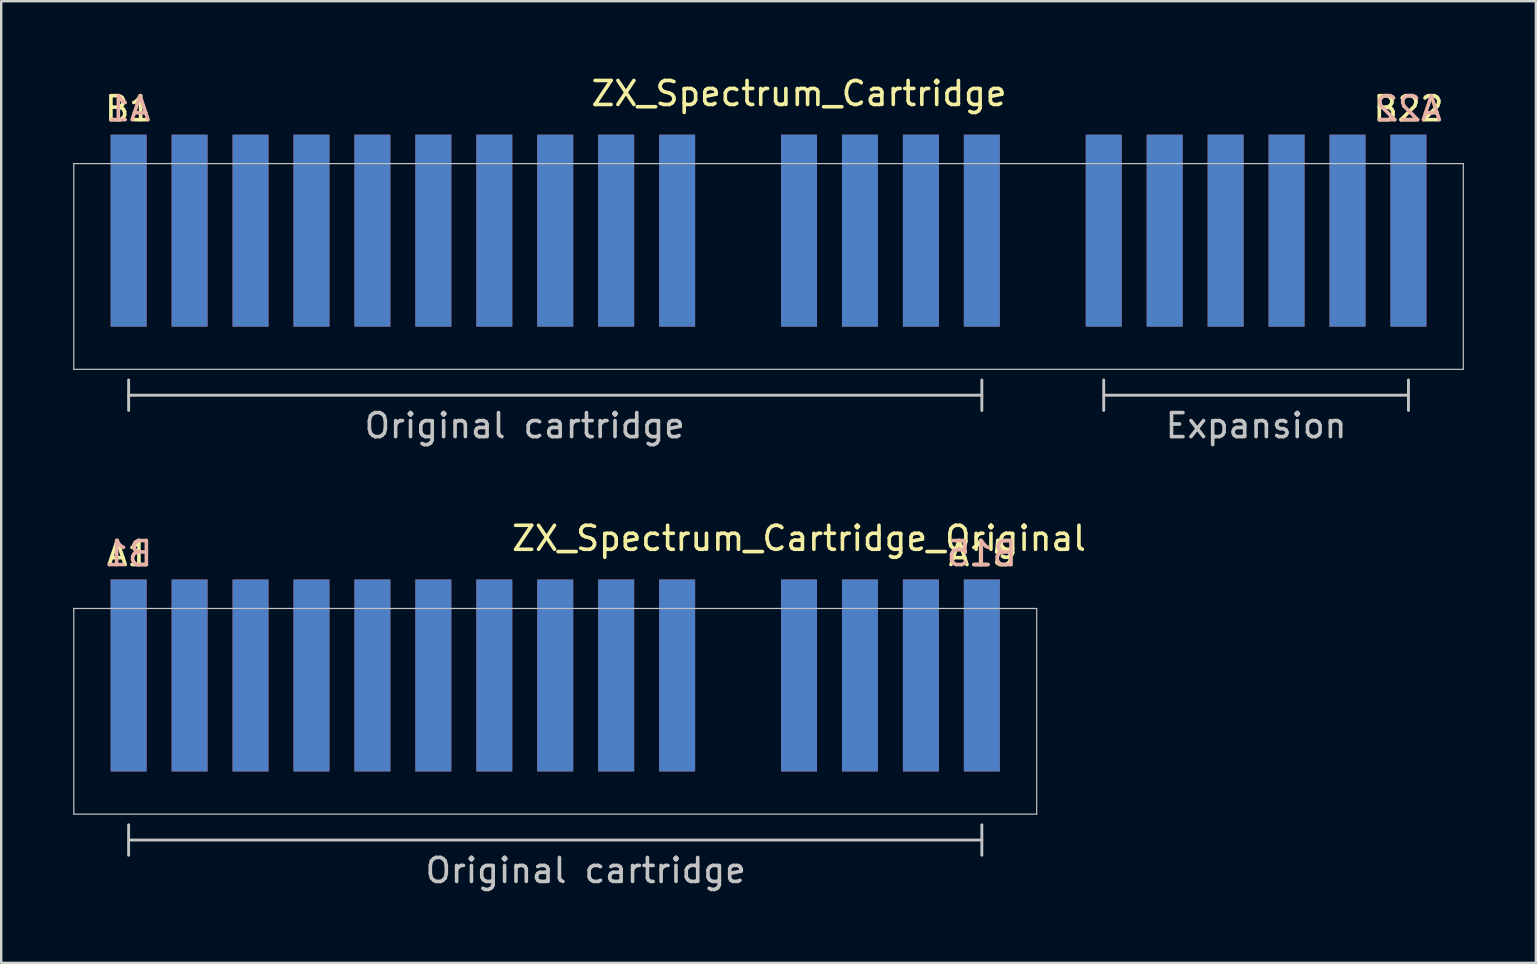
<source format=kicad_pcb>
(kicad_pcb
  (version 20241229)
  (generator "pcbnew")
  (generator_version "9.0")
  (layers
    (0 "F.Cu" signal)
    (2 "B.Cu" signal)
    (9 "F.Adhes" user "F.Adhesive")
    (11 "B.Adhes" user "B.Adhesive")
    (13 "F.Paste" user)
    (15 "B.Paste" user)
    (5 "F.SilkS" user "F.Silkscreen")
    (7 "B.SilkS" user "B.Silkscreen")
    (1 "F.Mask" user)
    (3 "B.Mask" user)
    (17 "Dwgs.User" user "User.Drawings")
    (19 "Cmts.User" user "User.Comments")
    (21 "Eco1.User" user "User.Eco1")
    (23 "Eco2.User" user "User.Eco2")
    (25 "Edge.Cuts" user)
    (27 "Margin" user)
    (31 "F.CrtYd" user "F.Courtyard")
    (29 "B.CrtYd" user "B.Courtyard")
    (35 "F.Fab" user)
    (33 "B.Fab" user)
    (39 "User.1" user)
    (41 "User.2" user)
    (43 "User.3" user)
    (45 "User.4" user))
  (footprint "ZX_Spectrum_Cartridge_Original"
    (layer "F.Cu")
    (at 30.251 25.103)
    (property "Reference" "ZX_Spectrum_Cartridge_Original" (at 0 -5.715 0) (layer "F.SilkS") (effects (font (size 1 1) (thickness 0.15))))
    (attr through_hole)
    (fp_line (start -30.226 -2.794) (end 9.906 -2.794) (stroke (width 0.05) (type solid)) (layer "Dwgs.User"))
    (fp_line (start -30.226 5.779) (end -30.226 -2.794) (stroke (width 0.05) (type solid)) (layer "Dwgs.User"))
    (fp_line (start -30.226 5.779) (end 9.906 5.779) (stroke (width 0.05) (type solid)) (layer "Dwgs.User"))
    (fp_line (start -27.94 6.223) (end -27.94 7.493) (stroke (width 0.12) (type solid)) (layer "Dwgs.User"))
    (fp_line (start 7.62 6.223) (end 7.62 7.493) (stroke (width 0.12) (type solid)) (layer "Dwgs.User"))
    (fp_line (start 7.62 6.858) (end -27.94 6.858) (stroke (width 0.12) (type solid)) (layer "Dwgs.User"))
    (fp_line (start 9.906 -2.794) (end 9.906 5.779) (stroke (width 0.05) (type solid)) (layer "Dwgs.User"))
    (fp_text user "A15" (at 7.62 -5.08 0) (layer "F.SilkS") (effects (font (size 1 1) (thickness 0.15))))
    (fp_text user "A1" (at -27.94 -5.08 0) (layer "F.SilkS") (effects (font (size 1 1) (thickness 0.15))))
    (fp_text user "B15" (at 7.62 -5.08 0) (layer "B.SilkS") (effects (font (size 1 1) (thickness 0.15)) (justify mirror)))
    (fp_text user "B1" (at -27.94 -5.08 0) (layer "B.SilkS") (effects (font (size 1 1) (thickness 0.15)) (justify mirror)))
    (fp_text user "Original cartridge" (at -8.89 8.128 0) (layer "Dwgs.User") (effects (font (size 1 1) (thickness 0.15))))
    (pad "A1" connect rect (at -27.94 0) (size 1.5 8) (layers "F.Cu" "B.Mask"))
    (pad "A2" connect rect (at -25.4 0) (size 1.5 8) (layers "F.Cu" "B.Mask"))
    (pad "A3" connect rect (at -22.86 0) (size 1.5 8) (layers "F.Cu" "B.Mask"))
    (pad "A4" connect rect (at -20.32 0) (size 1.5 8) (layers "F.Cu" "B.Mask"))
    (pad "A5" connect rect (at -17.78 0) (size 1.5 8) (layers "F.Cu" "B.Mask"))
    (pad "A6" connect rect (at -15.24 0) (size 1.5 8) (layers "F.Cu" "B.Mask"))
    (pad "A7" connect rect (at -12.7 0) (size 1.5 8) (layers "F.Cu" "B.Mask"))
    (pad "A8" connect rect (at -10.16 0) (size 1.5 8) (layers "F.Cu" "B.Mask"))
    (pad "A9" connect rect (at -7.62 0) (size 1.5 8) (layers "F.Cu" "B.Mask"))
    (pad "A10" connect rect (at -5.08 0) (size 1.5 8) (layers "F.Cu" "B.Mask"))
    (pad "A12" connect rect (at 0 0) (size 1.5 8) (layers "F.Cu" "B.Mask"))
    (pad "A13" connect rect (at 2.54 0) (size 1.5 8) (layers "F.Cu" "B.Mask"))
    (pad "A14" connect rect (at 5.08 0) (size 1.5 8) (layers "F.Cu" "B.Mask"))
    (pad "A15" connect rect (at 7.62 0) (size 1.5 8) (layers "F.Cu" "B.Mask"))
    (pad "B1" connect rect (at -27.94 0) (size 1.5 8) (layers "B.Cu" "B.Mask"))
    (pad "B2" connect rect (at -25.4 0) (size 1.5 8) (layers "B.Cu" "B.Mask"))
    (pad "B3" connect rect (at -22.86 0) (size 1.5 8) (layers "B.Cu" "B.Mask"))
    (pad "B4" connect rect (at -20.32 0) (size 1.5 8) (layers "B.Cu" "B.Mask"))
    (pad "B5" connect rect (at -17.78 0) (size 1.5 8) (layers "B.Cu" "B.Mask"))
    (pad "B6" connect rect (at -15.24 0) (size 1.5 8) (layers "B.Cu" "B.Mask"))
    (pad "B7" connect rect (at -12.7 0) (size 1.5 8) (layers "B.Cu" "B.Mask"))
    (pad "B8" connect rect (at -10.16 0) (size 1.5 8) (layers "B.Cu" "B.Mask"))
    (pad "B9" connect rect (at -7.62 0) (size 1.5 8) (layers "B.Cu" "B.Mask"))
    (pad "B10" connect rect (at -5.08 0) (size 1.5 8) (layers "B.Cu" "B.Mask"))
    (pad "B12" connect rect (at 0 0) (size 1.5 8) (layers "B.Cu" "B.Mask"))
    (pad "B13" connect rect (at 2.54 0) (size 1.5 8) (layers "B.Cu" "B.Mask"))
    (pad "B14" connect rect (at 5.08 0) (size 1.5 8) (layers "B.Cu" "B.Mask"))
    (pad "B15" connect rect (at 7.62 0) (size 1.5 8) (layers "B.Cu" "B.Mask")))
  (footprint "ZX_Spectrum_Cartridge"
    (layer "F.Cu")
    (at 30.251 6.563)
    (property "Reference" "ZX_Spectrum_Cartridge" (at 0 -5.715 0) (layer "F.SilkS") (effects (font (size 1 1) (thickness 0.15))))
    (attr through_hole)
    (fp_line (start -30.226 -2.794) (end 27.686 -2.794) (stroke (width 0.05) (type solid)) (layer "Dwgs.User"))
    (fp_line (start -30.226 5.779) (end -30.226 -2.794) (stroke (width 0.05) (type solid)) (layer "Dwgs.User"))
    (fp_line (start -30.226 5.779) (end 27.686 5.779) (stroke (width 0.05) (type solid)) (layer "Dwgs.User"))
    (fp_line (start -27.94 6.223) (end -27.94 7.493) (stroke (width 0.12) (type solid)) (layer "Dwgs.User"))
    (fp_line (start 7.62 6.223) (end 7.62 7.493) (stroke (width 0.12) (type solid)) (layer "Dwgs.User"))
    (fp_line (start 7.62 6.858) (end -27.94 6.858) (stroke (width 0.12) (type solid)) (layer "Dwgs.User"))
    (fp_line (start 12.7 6.223) (end 12.7 7.493) (stroke (width 0.12) (type solid)) (layer "Dwgs.User"))
    (fp_line (start 25.4 6.223) (end 25.4 7.493) (stroke (width 0.12) (type solid)) (layer "Dwgs.User"))
    (fp_line (start 25.4 6.858) (end 12.7 6.858) (stroke (width 0.12) (type solid)) (layer "Dwgs.User"))
    (fp_line (start 27.686 5.779) (end 27.686 -2.794) (stroke (width 0.05) (type solid)) (layer "Dwgs.User"))
    (fp_text user "B1" (at -27.94 -5.08 0) (layer "F.SilkS") (effects (font (size 1 1) (thickness 0.15))))
    (fp_text user "B22" (at 25.4 -5.08 0) (layer "F.SilkS") (effects (font (size 1 1) (thickness 0.15))))
    (fp_text user "A22" (at 25.4 -5.08 0) (layer "B.SilkS") (effects (font (size 1 1) (thickness 0.15)) (justify mirror)))
    (fp_text user "A1" (at -27.94 -5.08 0) (layer "B.SilkS") (effects (font (size 1 1) (thickness 0.15)) (justify mirror)))
    (fp_text user "Original cartridge" (at -11.43 8.128 0) (layer "Dwgs.User") (effects (font (size 1 1) (thickness 0.15))))
    (fp_text user "Expansion" (at 19.05 8.128 0) (layer "Dwgs.User") (effects (font (size 1 1) (thickness 0.15))))
    (pad "A1" connect rect (at -27.94 0) (size 1.5 8) (layers "F.Mask" "B.Cu"))
    (pad "A2" connect rect (at -25.4 0) (size 1.5 8) (layers "F.Mask" "B.Cu"))
    (pad "A3" connect rect (at -22.86 0) (size 1.5 8) (layers "F.Mask" "B.Cu"))
    (pad "A4" connect rect (at -20.32 0) (size 1.5 8) (layers "F.Mask" "B.Cu"))
    (pad "A5" connect rect (at -17.78 0) (size 1.5 8) (layers "F.Mask" "B.Cu"))
    (pad "A6" connect rect (at -15.24 0) (size 1.5 8) (layers "F.Mask" "B.Cu"))
    (pad "A7" connect rect (at -12.7 0) (size 1.5 8) (layers "F.Mask" "B.Cu"))
    (pad "A8" connect rect (at -10.16 0) (size 1.5 8) (layers "F.Mask" "B.Cu"))
    (pad "A9" connect rect (at -7.62 0) (size 1.5 8) (layers "F.Mask" "B.Cu"))
    (pad "A10" connect rect (at -5.08 0) (size 1.5 8) (layers "F.Mask" "B.Cu"))
    (pad "A12" connect rect (at 0 0) (size 1.5 8) (layers "F.Mask" "B.Cu"))
    (pad "A13" connect rect (at 2.54 0) (size 1.5 8) (layers "F.Mask" "B.Cu"))
    (pad "A14" connect rect (at 5.08 0) (size 1.5 8) (layers "F.Mask" "B.Cu"))
    (pad "A15" connect rect (at 7.62 0) (size 1.5 8) (layers "F.Mask" "B.Cu"))
    (pad "A17" connect rect (at 12.7 0) (size 1.5 8) (layers "F.Mask" "B.Cu"))
    (pad "A18" connect rect (at 15.24 0) (size 1.5 8) (layers "F.Mask" "B.Cu"))
    (pad "A19" connect rect (at 17.78 0) (size 1.5 8) (layers "F.Mask" "B.Cu"))
    (pad "A20" connect rect (at 20.32 0) (size 1.5 8) (layers "F.Mask" "B.Cu"))
    (pad "A21" connect rect (at 22.86 0) (size 1.5 8) (layers "F.Mask" "B.Cu"))
    (pad "A22" connect rect (at 25.4 0) (size 1.5 8) (layers "F.Mask" "B.Cu"))
    (pad "B1" connect rect (at -27.94 0) (size 1.5 8) (layers "F.Cu" "F.Mask"))
    (pad "B2" connect rect (at -25.4 0) (size 1.5 8) (layers "F.Cu" "F.Mask"))
    (pad "B3" connect rect (at -22.86 0) (size 1.5 8) (layers "F.Cu" "F.Mask"))
    (pad "B4" connect rect (at -20.32 0) (size 1.5 8) (layers "F.Cu" "F.Mask"))
    (pad "B5" connect rect (at -17.78 0) (size 1.5 8) (layers "F.Cu" "F.Mask"))
    (pad "B6" connect rect (at -15.24 0) (size 1.5 8) (layers "F.Cu" "F.Mask"))
    (pad "B7" connect rect (at -12.7 0) (size 1.5 8) (layers "F.Cu" "F.Mask"))
    (pad "B8" connect rect (at -10.16 0) (size 1.5 8) (layers "F.Cu" "F.Mask"))
    (pad "B9" connect rect (at -7.62 0) (size 1.5 8) (layers "F.Cu" "F.Mask"))
    (pad "B10" connect rect (at -5.08 0) (size 1.5 8) (layers "F.Cu" "F.Mask"))
    (pad "B12" connect rect (at 0 0) (size 1.5 8) (layers "F.Cu" "F.Mask"))
    (pad "B13" connect rect (at 2.54 0) (size 1.5 8) (layers "F.Cu" "F.Mask"))
    (pad "B14" connect rect (at 5.08 0) (size 1.5 8) (layers "F.Cu" "F.Mask"))
    (pad "B15" connect rect (at 7.62 0) (size 1.5 8) (layers "F.Cu" "F.Mask"))
    (pad "B17" connect rect (at 12.7 0) (size 1.5 8) (layers "F.Cu" "F.Mask"))
    (pad "B18" connect rect (at 15.24 0) (size 1.5 8) (layers "F.Cu" "F.Mask"))
    (pad "B19" connect rect (at 17.78 0) (size 1.5 8) (layers "F.Cu" "F.Mask"))
    (pad "B20" connect rect (at 20.32 0) (size 1.5 8) (layers "F.Cu" "F.Mask"))
    (pad "B21" connect rect (at 22.86 0) (size 1.5 8) (layers "F.Cu" "F.Mask"))
    (pad "B22" connect rect (at 25.4 0) (size 1.5 8) (layers "F.Cu" "F.Mask")))
  (gr_rect
    (start -3 -3)
    (end 60.962 37.079)
    (stroke (width 0.1) (type default))
    (fill no)
    (layer "Edge.Cuts")))
</source>
